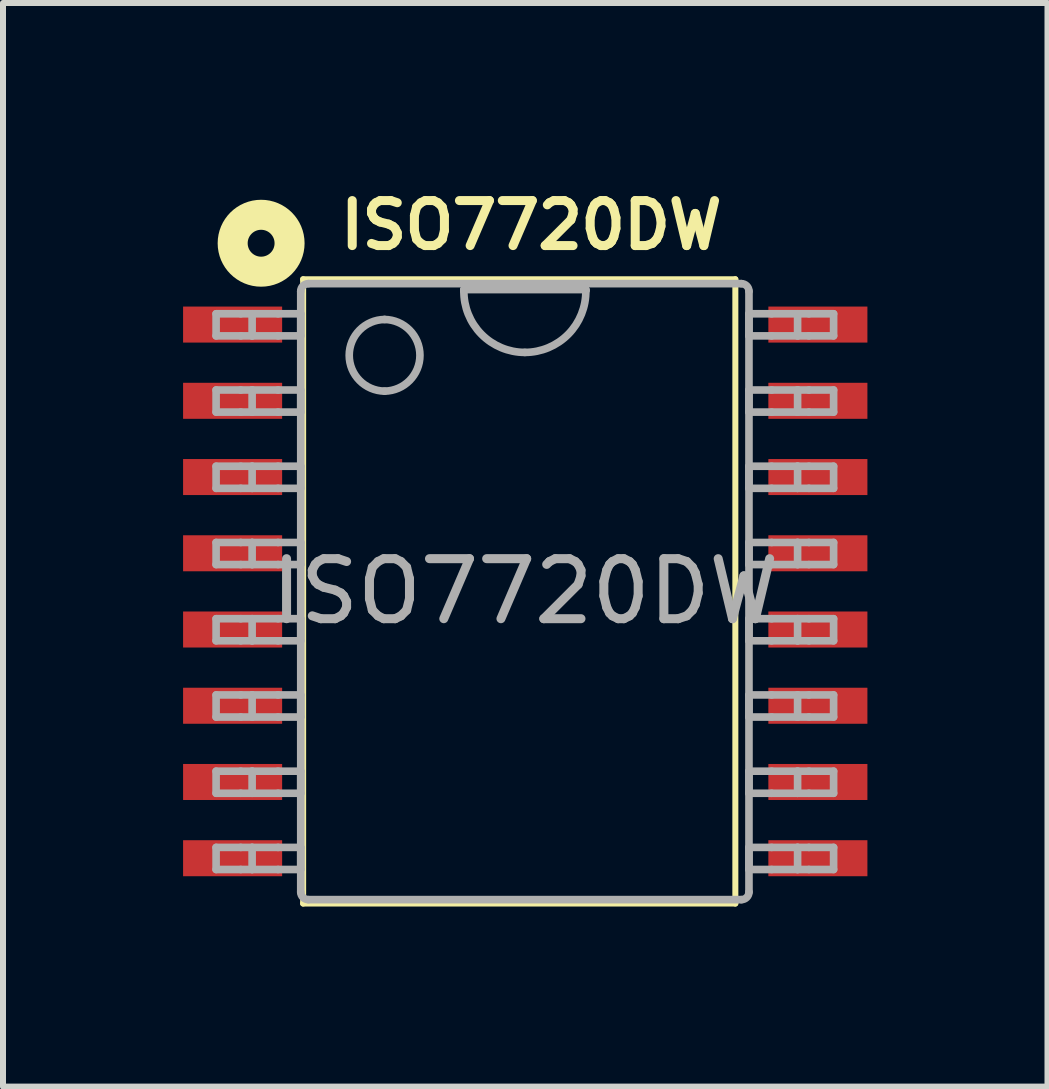
<source format=kicad_pcb>
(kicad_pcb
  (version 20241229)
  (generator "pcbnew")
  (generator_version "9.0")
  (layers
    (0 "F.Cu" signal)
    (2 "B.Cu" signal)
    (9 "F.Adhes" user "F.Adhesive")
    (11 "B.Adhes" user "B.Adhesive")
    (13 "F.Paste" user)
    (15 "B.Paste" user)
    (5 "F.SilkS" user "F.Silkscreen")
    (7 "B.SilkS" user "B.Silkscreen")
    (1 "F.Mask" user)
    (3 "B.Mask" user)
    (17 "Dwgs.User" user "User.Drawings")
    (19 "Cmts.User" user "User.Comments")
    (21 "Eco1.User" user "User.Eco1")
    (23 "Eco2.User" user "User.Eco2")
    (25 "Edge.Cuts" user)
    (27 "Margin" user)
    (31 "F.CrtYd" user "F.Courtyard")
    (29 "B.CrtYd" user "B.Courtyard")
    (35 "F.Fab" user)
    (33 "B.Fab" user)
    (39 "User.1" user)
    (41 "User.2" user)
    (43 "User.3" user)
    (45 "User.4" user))
  (footprint "ISO7720DW"
    (layer "F.Cu")
    (at 5.7 6.802)
    (property "Reference" "ISO7720DW" (at 0.1 -6.1 0) (unlocked yes) (layer "F.SilkS") (effects (font (size 0.75 0.75) (thickness 0.15))))
    (attr smd)
    (fp_line (start -3.7 -5.2) (end -3.7 5.2) (stroke (width 0.1) (type default)) (layer "F.SilkS"))
    (fp_line (start 3.5 -5.2) (end -3.7 -5.2) (stroke (width 0.1) (type default)) (layer "F.SilkS"))
    (fp_line (start 3.5 -5.2) (end 3.5 5.2) (stroke (width 0.1) (type default)) (layer "F.SilkS"))
    (fp_line (start 3.5 5.2) (end -3.7 5.2) (stroke (width 0.1) (type default)) (layer "F.SilkS"))
    (fp_circle (center -4.4 -5.8) (end -4.176 -5.8) (stroke (width 0.5) (type default)) (fill no) (layer "F.SilkS"))
    (fp_line (start -5.15 -4.625) (end -4.739 -4.625) (stroke (width 0.127) (type solid)) (layer "F.Fab"))
    (fp_line (start -5.15 -4.257) (end -5.15 -4.625) (stroke (width 0.127) (type solid)) (layer "F.Fab"))
    (fp_line (start -5.15 -4.257) (end -4.739 -4.257) (stroke (width 0.127) (type solid)) (layer "F.Fab"))
    (fp_line (start -5.15 -3.355) (end -4.739 -3.355) (stroke (width 0.127) (type solid)) (layer "F.Fab"))
    (fp_line (start -5.15 -2.987) (end -5.15 -3.355) (stroke (width 0.127) (type solid)) (layer "F.Fab"))
    (fp_line (start -5.15 -2.987) (end -4.739 -2.987) (stroke (width 0.127) (type solid)) (layer "F.Fab"))
    (fp_line (start -5.15 -2.085) (end -4.739 -2.085) (stroke (width 0.127) (type solid)) (layer "F.Fab"))
    (fp_line (start -5.15 -1.717) (end -5.15 -2.085) (stroke (width 0.127) (type solid)) (layer "F.Fab"))
    (fp_line (start -5.15 -1.717) (end -4.739 -1.717) (stroke (width 0.127) (type solid)) (layer "F.Fab"))
    (fp_line (start -5.15 -0.815) (end -4.739 -0.815) (stroke (width 0.127) (type solid)) (layer "F.Fab"))
    (fp_line (start -5.15 -0.447) (end -5.15 -0.815) (stroke (width 0.127) (type solid)) (layer "F.Fab"))
    (fp_line (start -5.15 -0.447) (end -4.739 -0.447) (stroke (width 0.127) (type solid)) (layer "F.Fab"))
    (fp_line (start -5.15 0.455) (end -4.739 0.455) (stroke (width 0.127) (type solid)) (layer "F.Fab"))
    (fp_line (start -5.15 0.823) (end -5.15 0.455) (stroke (width 0.127) (type solid)) (layer "F.Fab"))
    (fp_line (start -5.15 0.823) (end -4.739 0.823) (stroke (width 0.127) (type solid)) (layer "F.Fab"))
    (fp_line (start -5.15 1.725) (end -4.739 1.725) (stroke (width 0.127) (type solid)) (layer "F.Fab"))
    (fp_line (start -5.15 2.093) (end -5.15 1.725) (stroke (width 0.127) (type solid)) (layer "F.Fab"))
    (fp_line (start -5.15 2.093) (end -4.739 2.093) (stroke (width 0.127) (type solid)) (layer "F.Fab"))
    (fp_line (start -5.15 2.995) (end -4.739 2.995) (stroke (width 0.127) (type solid)) (layer "F.Fab"))
    (fp_line (start -5.15 3.363) (end -5.15 2.995) (stroke (width 0.127) (type solid)) (layer "F.Fab"))
    (fp_line (start -5.15 3.363) (end -4.739 3.363) (stroke (width 0.127) (type solid)) (layer "F.Fab"))
    (fp_line (start -5.15 4.265) (end -4.739 4.265) (stroke (width 0.127) (type solid)) (layer "F.Fab"))
    (fp_line (start -5.15 4.633) (end -5.15 4.265) (stroke (width 0.127) (type solid)) (layer "F.Fab"))
    (fp_line (start -5.15 4.633) (end -4.739 4.633) (stroke (width 0.127) (type solid)) (layer "F.Fab"))
    (fp_line (start -4.739 -4.625) (end -4.55 -4.625) (stroke (width 0.127) (type solid)) (layer "F.Fab"))
    (fp_line (start -4.739 -4.257) (end -4.55 -4.257) (stroke (width 0.127) (type solid)) (layer "F.Fab"))
    (fp_line (start -4.739 -3.355) (end -4.55 -3.355) (stroke (width 0.127) (type solid)) (layer "F.Fab"))
    (fp_line (start -4.739 -2.987) (end -4.55 -2.987) (stroke (width 0.127) (type solid)) (layer "F.Fab"))
    (fp_line (start -4.739 -2.085) (end -4.55 -2.085) (stroke (width 0.127) (type solid)) (layer "F.Fab"))
    (fp_line (start -4.739 -1.717) (end -4.55 -1.717) (stroke (width 0.127) (type solid)) (layer "F.Fab"))
    (fp_line (start -4.739 -0.815) (end -4.55 -0.815) (stroke (width 0.127) (type solid)) (layer "F.Fab"))
    (fp_line (start -4.739 -0.447) (end -4.55 -0.447) (stroke (width 0.127) (type solid)) (layer "F.Fab"))
    (fp_line (start -4.739 0.455) (end -4.55 0.455) (stroke (width 0.127) (type solid)) (layer "F.Fab"))
    (fp_line (start -4.739 0.823) (end -4.55 0.823) (stroke (width 0.127) (type solid)) (layer "F.Fab"))
    (fp_line (start -4.739 1.725) (end -4.55 1.725) (stroke (width 0.127) (type solid)) (layer "F.Fab"))
    (fp_line (start -4.739 2.093) (end -4.55 2.093) (stroke (width 0.127) (type solid)) (layer "F.Fab"))
    (fp_line (start -4.739 2.995) (end -4.55 2.995) (stroke (width 0.127) (type solid)) (layer "F.Fab"))
    (fp_line (start -4.739 3.363) (end -4.55 3.363) (stroke (width 0.127) (type solid)) (layer "F.Fab"))
    (fp_line (start -4.739 4.265) (end -4.55 4.265) (stroke (width 0.127) (type solid)) (layer "F.Fab"))
    (fp_line (start -4.739 4.633) (end -4.55 4.633) (stroke (width 0.127) (type solid)) (layer "F.Fab"))
    (fp_line (start -4.55 -4.625) (end -4.118 -4.625) (stroke (width 0.127) (type solid)) (layer "F.Fab"))
    (fp_line (start -4.55 -4.257) (end -4.55 -4.625) (stroke (width 0.127) (type solid)) (layer "F.Fab"))
    (fp_line (start -4.55 -4.257) (end -4.118 -4.257) (stroke (width 0.127) (type solid)) (layer "F.Fab"))
    (fp_line (start -4.55 -3.355) (end -4.118 -3.355) (stroke (width 0.127) (type solid)) (layer "F.Fab"))
    (fp_line (start -4.55 -2.987) (end -4.55 -3.355) (stroke (width 0.127) (type solid)) (layer "F.Fab"))
    (fp_line (start -4.55 -2.987) (end -4.118 -2.987) (stroke (width 0.127) (type solid)) (layer "F.Fab"))
    (fp_line (start -4.55 -2.085) (end -4.118 -2.085) (stroke (width 0.127) (type solid)) (layer "F.Fab"))
    (fp_line (start -4.55 -1.717) (end -4.55 -2.085) (stroke (width 0.127) (type solid)) (layer "F.Fab"))
    (fp_line (start -4.55 -1.717) (end -4.118 -1.717) (stroke (width 0.127) (type solid)) (layer "F.Fab"))
    (fp_line (start -4.55 -0.815) (end -4.118 -0.815) (stroke (width 0.127) (type solid)) (layer "F.Fab"))
    (fp_line (start -4.55 -0.447) (end -4.55 -0.815) (stroke (width 0.127) (type solid)) (layer "F.Fab"))
    (fp_line (start -4.55 -0.447) (end -4.118 -0.447) (stroke (width 0.127) (type solid)) (layer "F.Fab"))
    (fp_line (start -4.55 0.455) (end -4.118 0.455) (stroke (width 0.127) (type solid)) (layer "F.Fab"))
    (fp_line (start -4.55 0.823) (end -4.55 0.455) (stroke (width 0.127) (type solid)) (layer "F.Fab"))
    (fp_line (start -4.55 0.823) (end -4.118 0.823) (stroke (width 0.127) (type solid)) (layer "F.Fab"))
    (fp_line (start -4.55 1.725) (end -4.118 1.725) (stroke (width 0.127) (type solid)) (layer "F.Fab"))
    (fp_line (start -4.55 2.093) (end -4.55 1.725) (stroke (width 0.127) (type solid)) (layer "F.Fab"))
    (fp_line (start -4.55 2.093) (end -4.118 2.093) (stroke (width 0.127) (type solid)) (layer "F.Fab"))
    (fp_line (start -4.55 2.995) (end -4.118 2.995) (stroke (width 0.127) (type solid)) (layer "F.Fab"))
    (fp_line (start -4.55 3.363) (end -4.55 2.995) (stroke (width 0.127) (type solid)) (layer "F.Fab"))
    (fp_line (start -4.55 3.363) (end -4.118 3.363) (stroke (width 0.127) (type solid)) (layer "F.Fab"))
    (fp_line (start -4.55 4.265) (end -4.118 4.265) (stroke (width 0.127) (type solid)) (layer "F.Fab"))
    (fp_line (start -4.55 4.633) (end -4.55 4.265) (stroke (width 0.127) (type solid)) (layer "F.Fab"))
    (fp_line (start -4.55 4.633) (end -4.118 4.633) (stroke (width 0.127) (type solid)) (layer "F.Fab"))
    (fp_line (start -4.118 -4.625) (end -3.74 -4.625) (stroke (width 0.127) (type solid)) (layer "F.Fab"))
    (fp_line (start -4.118 -4.257) (end -3.74 -4.257) (stroke (width 0.127) (type solid)) (layer "F.Fab"))
    (fp_line (start -4.118 -3.355) (end -3.74 -3.355) (stroke (width 0.127) (type solid)) (layer "F.Fab"))
    (fp_line (start -4.118 -2.987) (end -3.74 -2.987) (stroke (width 0.127) (type solid)) (layer "F.Fab"))
    (fp_line (start -4.118 -2.085) (end -3.74 -2.085) (stroke (width 0.127) (type solid)) (layer "F.Fab"))
    (fp_line (start -4.118 -1.717) (end -3.74 -1.717) (stroke (width 0.127) (type solid)) (layer "F.Fab"))
    (fp_line (start -4.118 -0.815) (end -3.74 -0.815) (stroke (width 0.127) (type solid)) (layer "F.Fab"))
    (fp_line (start -4.118 -0.447) (end -3.74 -0.447) (stroke (width 0.127) (type solid)) (layer "F.Fab"))
    (fp_line (start -4.118 0.455) (end -3.74 0.455) (stroke (width 0.127) (type solid)) (layer "F.Fab"))
    (fp_line (start -4.118 0.823) (end -3.74 0.823) (stroke (width 0.127) (type solid)) (layer "F.Fab"))
    (fp_line (start -4.118 1.725) (end -3.74 1.725) (stroke (width 0.127) (type solid)) (layer "F.Fab"))
    (fp_line (start -4.118 2.093) (end -3.74 2.093) (stroke (width 0.127) (type solid)) (layer "F.Fab"))
    (fp_line (start -4.118 2.995) (end -3.74 2.995) (stroke (width 0.127) (type solid)) (layer "F.Fab"))
    (fp_line (start -4.118 3.363) (end -3.74 3.363) (stroke (width 0.127) (type solid)) (layer "F.Fab"))
    (fp_line (start -4.118 4.265) (end -3.74 4.265) (stroke (width 0.127) (type solid)) (layer "F.Fab"))
    (fp_line (start -4.118 4.633) (end -3.74 4.633) (stroke (width 0.127) (type solid)) (layer "F.Fab"))
    (fp_line (start -3.74 -4.257) (end -3.74 -4.625) (stroke (width 0.127) (type solid)) (layer "F.Fab"))
    (fp_line (start -3.74 -2.987) (end -3.74 -3.355) (stroke (width 0.127) (type solid)) (layer "F.Fab"))
    (fp_line (start -3.74 -1.717) (end -3.74 -2.085) (stroke (width 0.127) (type solid)) (layer "F.Fab"))
    (fp_line (start -3.74 -0.447) (end -3.74 -0.815) (stroke (width 0.127) (type solid)) (layer "F.Fab"))
    (fp_line (start -3.74 0.823) (end -3.74 0.455) (stroke (width 0.127) (type solid)) (layer "F.Fab"))
    (fp_line (start -3.74 2.093) (end -3.74 1.725) (stroke (width 0.127) (type solid)) (layer "F.Fab"))
    (fp_line (start -3.74 3.363) (end -3.74 2.995) (stroke (width 0.127) (type solid)) (layer "F.Fab"))
    (fp_line (start -3.74 4.633) (end -3.74 4.265) (stroke (width 0.127) (type solid)) (layer "F.Fab"))
    (fp_line (start -3.74 5.008) (end -3.74 -5) (stroke (width 0.127) (type solid)) (layer "F.Fab"))
    (fp_line (start -3.614 -5.127) (end 3.601 -5.127) (stroke (width 0.127) (type solid)) (layer "F.Fab"))
    (fp_line (start -3.614 5.135) (end 3.601 5.135) (stroke (width 0.127) (type solid)) (layer "F.Fab"))
    (fp_line (start -1.023 -5.011) (end -1.022 -5.013) (stroke (width 0.127) (type solid)) (layer "F.Fab"))
    (fp_line (start -1.022 -5.013) (end -1.022 -5.028) (stroke (width 0.127) (type solid)) (layer "F.Fab"))
    (fp_line (start -1.022 -5.028) (end 1.009 -5.028) (stroke (width 0.127) (type solid)) (layer "F.Fab"))
    (fp_line (start 1.009 -5.028) (end 1.009 -5.013) (stroke (width 0.127) (type solid)) (layer "F.Fab"))
    (fp_line (start 1.009 -5.013) (end 1.01 -5.011) (stroke (width 0.127) (type solid)) (layer "F.Fab"))
    (fp_line (start 3.727 -4.625) (end 4.105 -4.625) (stroke (width 0.127) (type solid)) (layer "F.Fab"))
    (fp_line (start 3.727 -4.257) (end 3.727 -4.625) (stroke (width 0.127) (type solid)) (layer "F.Fab"))
    (fp_line (start 3.727 -4.257) (end 4.105 -4.257) (stroke (width 0.127) (type solid)) (layer "F.Fab"))
    (fp_line (start 3.727 -3.355) (end 4.105 -3.355) (stroke (width 0.127) (type solid)) (layer "F.Fab"))
    (fp_line (start 3.727 -2.987) (end 3.727 -3.355) (stroke (width 0.127) (type solid)) (layer "F.Fab"))
    (fp_line (start 3.727 -2.987) (end 4.105 -2.987) (stroke (width 0.127) (type solid)) (layer "F.Fab"))
    (fp_line (start 3.727 -2.085) (end 4.105 -2.085) (stroke (width 0.127) (type solid)) (layer "F.Fab"))
    (fp_line (start 3.727 -1.717) (end 3.727 -2.085) (stroke (width 0.127) (type solid)) (layer "F.Fab"))
    (fp_line (start 3.727 -1.717) (end 4.105 -1.717) (stroke (width 0.127) (type solid)) (layer "F.Fab"))
    (fp_line (start 3.727 -0.815) (end 4.105 -0.815) (stroke (width 0.127) (type solid)) (layer "F.Fab"))
    (fp_line (start 3.727 -0.447) (end 3.727 -0.815) (stroke (width 0.127) (type solid)) (layer "F.Fab"))
    (fp_line (start 3.727 -0.447) (end 4.105 -0.447) (stroke (width 0.127) (type solid)) (layer "F.Fab"))
    (fp_line (start 3.727 0.455) (end 4.105 0.455) (stroke (width 0.127) (type solid)) (layer "F.Fab"))
    (fp_line (start 3.727 0.823) (end 3.727 0.455) (stroke (width 0.127) (type solid)) (layer "F.Fab"))
    (fp_line (start 3.727 0.823) (end 4.105 0.823) (stroke (width 0.127) (type solid)) (layer "F.Fab"))
    (fp_line (start 3.727 1.725) (end 4.105 1.725) (stroke (width 0.127) (type solid)) (layer "F.Fab"))
    (fp_line (start 3.727 2.093) (end 3.727 1.725) (stroke (width 0.127) (type solid)) (layer "F.Fab"))
    (fp_line (start 3.727 2.093) (end 4.105 2.093) (stroke (width 0.127) (type solid)) (layer "F.Fab"))
    (fp_line (start 3.727 2.995) (end 4.105 2.995) (stroke (width 0.127) (type solid)) (layer "F.Fab"))
    (fp_line (start 3.727 3.363) (end 3.727 2.995) (stroke (width 0.127) (type solid)) (layer "F.Fab"))
    (fp_line (start 3.727 3.363) (end 4.105 3.363) (stroke (width 0.127) (type solid)) (layer "F.Fab"))
    (fp_line (start 3.727 4.265) (end 4.105 4.265) (stroke (width 0.127) (type solid)) (layer "F.Fab"))
    (fp_line (start 3.727 4.633) (end 3.727 4.265) (stroke (width 0.127) (type solid)) (layer "F.Fab"))
    (fp_line (start 3.727 4.633) (end 4.105 4.633) (stroke (width 0.127) (type solid)) (layer "F.Fab"))
    (fp_line (start 3.727 5.008) (end 3.727 -5) (stroke (width 0.127) (type solid)) (layer "F.Fab"))
    (fp_line (start 4.105 -4.625) (end 4.537 -4.625) (stroke (width 0.127) (type solid)) (layer "F.Fab"))
    (fp_line (start 4.105 -4.257) (end 4.537 -4.257) (stroke (width 0.127) (type solid)) (layer "F.Fab"))
    (fp_line (start 4.105 -3.355) (end 4.537 -3.355) (stroke (width 0.127) (type solid)) (layer "F.Fab"))
    (fp_line (start 4.105 -2.987) (end 4.537 -2.987) (stroke (width 0.127) (type solid)) (layer "F.Fab"))
    (fp_line (start 4.105 -2.085) (end 4.537 -2.085) (stroke (width 0.127) (type solid)) (layer "F.Fab"))
    (fp_line (start 4.105 -1.717) (end 4.537 -1.717) (stroke (width 0.127) (type solid)) (layer "F.Fab"))
    (fp_line (start 4.105 -0.815) (end 4.537 -0.815) (stroke (width 0.127) (type solid)) (layer "F.Fab"))
    (fp_line (start 4.105 -0.447) (end 4.537 -0.447) (stroke (width 0.127) (type solid)) (layer "F.Fab"))
    (fp_line (start 4.105 0.455) (end 4.537 0.455) (stroke (width 0.127) (type solid)) (layer "F.Fab"))
    (fp_line (start 4.105 0.823) (end 4.537 0.823) (stroke (width 0.127) (type solid)) (layer "F.Fab"))
    (fp_line (start 4.105 1.725) (end 4.537 1.725) (stroke (width 0.127) (type solid)) (layer "F.Fab"))
    (fp_line (start 4.105 2.093) (end 4.537 2.093) (stroke (width 0.127) (type solid)) (layer "F.Fab"))
    (fp_line (start 4.105 2.995) (end 4.537 2.995) (stroke (width 0.127) (type solid)) (layer "F.Fab"))
    (fp_line (start 4.105 3.363) (end 4.537 3.363) (stroke (width 0.127) (type solid)) (layer "F.Fab"))
    (fp_line (start 4.105 4.265) (end 4.537 4.265) (stroke (width 0.127) (type solid)) (layer "F.Fab"))
    (fp_line (start 4.105 4.633) (end 4.537 4.633) (stroke (width 0.127) (type solid)) (layer "F.Fab"))
    (fp_line (start 4.537 -4.625) (end 4.726 -4.625) (stroke (width 0.127) (type solid)) (layer "F.Fab"))
    (fp_line (start 4.537 -4.257) (end 4.537 -4.625) (stroke (width 0.127) (type solid)) (layer "F.Fab"))
    (fp_line (start 4.537 -4.257) (end 4.726 -4.257) (stroke (width 0.127) (type solid)) (layer "F.Fab"))
    (fp_line (start 4.537 -3.355) (end 4.726 -3.355) (stroke (width 0.127) (type solid)) (layer "F.Fab"))
    (fp_line (start 4.537 -2.987) (end 4.537 -3.355) (stroke (width 0.127) (type solid)) (layer "F.Fab"))
    (fp_line (start 4.537 -2.987) (end 4.726 -2.987) (stroke (width 0.127) (type solid)) (layer "F.Fab"))
    (fp_line (start 4.537 -2.085) (end 4.726 -2.085) (stroke (width 0.127) (type solid)) (layer "F.Fab"))
    (fp_line (start 4.537 -1.717) (end 4.537 -2.085) (stroke (width 0.127) (type solid)) (layer "F.Fab"))
    (fp_line (start 4.537 -1.717) (end 4.726 -1.717) (stroke (width 0.127) (type solid)) (layer "F.Fab"))
    (fp_line (start 4.537 -0.815) (end 4.726 -0.815) (stroke (width 0.127) (type solid)) (layer "F.Fab"))
    (fp_line (start 4.537 -0.447) (end 4.537 -0.815) (stroke (width 0.127) (type solid)) (layer "F.Fab"))
    (fp_line (start 4.537 -0.447) (end 4.726 -0.447) (stroke (width 0.127) (type solid)) (layer "F.Fab"))
    (fp_line (start 4.537 0.455) (end 4.726 0.455) (stroke (width 0.127) (type solid)) (layer "F.Fab"))
    (fp_line (start 4.537 0.823) (end 4.537 0.455) (stroke (width 0.127) (type solid)) (layer "F.Fab"))
    (fp_line (start 4.537 0.823) (end 4.726 0.823) (stroke (width 0.127) (type solid)) (layer "F.Fab"))
    (fp_line (start 4.537 1.725) (end 4.726 1.725) (stroke (width 0.127) (type solid)) (layer "F.Fab"))
    (fp_line (start 4.537 2.093) (end 4.537 1.725) (stroke (width 0.127) (type solid)) (layer "F.Fab"))
    (fp_line (start 4.537 2.093) (end 4.726 2.093) (stroke (width 0.127) (type solid)) (layer "F.Fab"))
    (fp_line (start 4.537 2.995) (end 4.726 2.995) (stroke (width 0.127) (type solid)) (layer "F.Fab"))
    (fp_line (start 4.537 3.363) (end 4.537 2.995) (stroke (width 0.127) (type solid)) (layer "F.Fab"))
    (fp_line (start 4.537 3.363) (end 4.726 3.363) (stroke (width 0.127) (type solid)) (layer "F.Fab"))
    (fp_line (start 4.537 4.265) (end 4.726 4.265) (stroke (width 0.127) (type solid)) (layer "F.Fab"))
    (fp_line (start 4.537 4.633) (end 4.537 4.265) (stroke (width 0.127) (type solid)) (layer "F.Fab"))
    (fp_line (start 4.537 4.633) (end 4.726 4.633) (stroke (width 0.127) (type solid)) (layer "F.Fab"))
    (fp_line (start 4.726 -4.625) (end 5.137 -4.625) (stroke (width 0.127) (type solid)) (layer "F.Fab"))
    (fp_line (start 4.726 -4.257) (end 5.137 -4.257) (stroke (width 0.127) (type solid)) (layer "F.Fab"))
    (fp_line (start 4.726 -3.355) (end 5.137 -3.355) (stroke (width 0.127) (type solid)) (layer "F.Fab"))
    (fp_line (start 4.726 -2.987) (end 5.137 -2.987) (stroke (width 0.127) (type solid)) (layer "F.Fab"))
    (fp_line (start 4.726 -2.085) (end 5.137 -2.085) (stroke (width 0.127) (type solid)) (layer "F.Fab"))
    (fp_line (start 4.726 -1.717) (end 5.137 -1.717) (stroke (width 0.127) (type solid)) (layer "F.Fab"))
    (fp_line (start 4.726 -0.815) (end 5.137 -0.815) (stroke (width 0.127) (type solid)) (layer "F.Fab"))
    (fp_line (start 4.726 -0.447) (end 5.137 -0.447) (stroke (width 0.127) (type solid)) (layer "F.Fab"))
    (fp_line (start 4.726 0.455) (end 5.137 0.455) (stroke (width 0.127) (type solid)) (layer "F.Fab"))
    (fp_line (start 4.726 0.823) (end 5.137 0.823) (stroke (width 0.127) (type solid)) (layer "F.Fab"))
    (fp_line (start 4.726 1.725) (end 5.137 1.725) (stroke (width 0.127) (type solid)) (layer "F.Fab"))
    (fp_line (start 4.726 2.093) (end 5.137 2.093) (stroke (width 0.127) (type solid)) (layer "F.Fab"))
    (fp_line (start 4.726 2.995) (end 5.137 2.995) (stroke (width 0.127) (type solid)) (layer "F.Fab"))
    (fp_line (start 4.726 3.363) (end 5.137 3.363) (stroke (width 0.127) (type solid)) (layer "F.Fab"))
    (fp_line (start 4.726 4.265) (end 5.137 4.265) (stroke (width 0.127) (type solid)) (layer "F.Fab"))
    (fp_line (start 4.726 4.633) (end 5.137 4.633) (stroke (width 0.127) (type solid)) (layer "F.Fab"))
    (fp_line (start 5.137 -4.257) (end 5.137 -4.625) (stroke (width 0.127) (type solid)) (layer "F.Fab"))
    (fp_line (start 5.137 -2.987) (end 5.137 -3.355) (stroke (width 0.127) (type solid)) (layer "F.Fab"))
    (fp_line (start 5.137 -1.717) (end 5.137 -2.085) (stroke (width 0.127) (type solid)) (layer "F.Fab"))
    (fp_line (start 5.137 -0.447) (end 5.137 -0.815) (stroke (width 0.127) (type solid)) (layer "F.Fab"))
    (fp_line (start 5.137 0.823) (end 5.137 0.455) (stroke (width 0.127) (type solid)) (layer "F.Fab"))
    (fp_line (start 5.137 2.093) (end 5.137 1.725) (stroke (width 0.127) (type solid)) (layer "F.Fab"))
    (fp_line (start 5.137 3.363) (end 5.137 2.995) (stroke (width 0.127) (type solid)) (layer "F.Fab"))
    (fp_line (start 5.137 4.633) (end 5.137 4.265) (stroke (width 0.127) (type solid)) (layer "F.Fab"))
    (fp_arc (start -3.740299 -5.000131) (mid -3.703105 -5.089455) (end -3.613781 -5.126649) (stroke (width 0.127) (type solid)) (layer "F.Fab"))
    (fp_arc (start -3.613781 5.134949) (mid -3.703105 5.097755) (end -3.740299 5.008432) (stroke (width 0.127) (type solid)) (layer "F.Fab"))
    (fp_arc (start -2.3433 -4.52975) (mid -1.7464 -3.93285) (end -2.3433 -3.33595) (stroke (width 0.127) (type solid)) (layer "F.Fab"))
    (fp_arc (start -2.3433 -3.33595) (mid -2.9402 -3.93285) (end -2.3433 -4.52975) (stroke (width 0.127) (type solid)) (layer "F.Fab"))
    (fp_arc (start -0.006501 -3.981237) (mid -0.730318 -4.284237) (end -1.0224 -5.012529) (stroke (width 0.127) (type solid)) (layer "F.Fab"))
    (fp_arc (start 1.009375 -5.012528) (mid 0.717306 -4.284242) (end -0.006499 -3.981237) (stroke (width 0.127) (type solid)) (layer "F.Fab"))
    (fp_arc (start 3.600756 -5.126649) (mid 3.690092 -5.08946) (end 3.727299 -5.000131) (stroke (width 0.127) (type solid)) (layer "F.Fab"))
    (fp_arc (start 3.727299 5.008432) (mid 3.690092 5.09776) (end 3.600756 5.13495) (stroke (width 0.127) (type solid)) (layer "F.Fab"))
    (fp_text user "${REFERENCE}" (at 0 0 0) (unlocked yes) (layer "F.Fab") (effects (font (size 1 1) (thickness 0.15))))
    (pad "1" smd rect (at -4.875 -4.445 90) (size 0.6 1.65) (layers "F.Cu" "F.Mask" "F.Paste"))
    (pad "2" smd rect (at -4.875 -3.175 90) (size 0.6 1.65) (layers "F.Cu" "F.Mask" "F.Paste"))
    (pad "3" smd rect (at -4.875 -1.905 90) (size 0.6 1.65) (layers "F.Cu" "F.Mask" "F.Paste"))
    (pad "4" smd rect (at -4.875 -0.635 90) (size 0.6 1.65) (layers "F.Cu" "F.Mask" "F.Paste"))
    (pad "5" smd rect (at -4.875 0.635 90) (size 0.6 1.65) (layers "F.Cu" "F.Mask" "F.Paste"))
    (pad "6" smd rect (at -4.875 1.905 90) (size 0.6 1.65) (layers "F.Cu" "F.Mask" "F.Paste"))
    (pad "7" smd rect (at -4.875 3.175 90) (size 0.6 1.65) (layers "F.Cu" "F.Mask" "F.Paste"))
    (pad "8" smd rect (at -4.875 4.445 90) (size 0.6 1.65) (layers "F.Cu" "F.Mask" "F.Paste"))
    (pad "9" smd rect (at 4.875 4.445 90) (size 0.6 1.65) (layers "F.Cu" "F.Mask" "F.Paste"))
    (pad "10" smd rect (at 4.875 3.175 90) (size 0.6 1.65) (layers "F.Cu" "F.Mask" "F.Paste"))
    (pad "11" smd rect (at 4.875 1.905 90) (size 0.6 1.65) (layers "F.Cu" "F.Mask" "F.Paste"))
    (pad "12" smd rect (at 4.875 0.635 90) (size 0.6 1.65) (layers "F.Cu" "F.Mask" "F.Paste"))
    (pad "13" smd rect (at 4.875 -0.635 90) (size 0.6 1.65) (layers "F.Cu" "F.Mask" "F.Paste"))
    (pad "14" smd rect (at 4.875 -1.905 90) (size 0.6 1.65) (layers "F.Cu" "F.Mask" "F.Paste"))
    (pad "15" smd rect (at 4.875 -3.175 90) (size 0.6 1.65) (layers "F.Cu" "F.Mask" "F.Paste"))
    (pad "16" smd rect (at 4.875 -4.445 90) (size 0.6 1.65) (layers "F.Cu" "F.Mask" "F.Paste")))
  (gr_rect
    (start -3 -3)
    (end 14.4 15.052)
    (stroke (width 0.1) (type default))
    (fill no)
    (layer "Edge.Cuts")))
</source>
